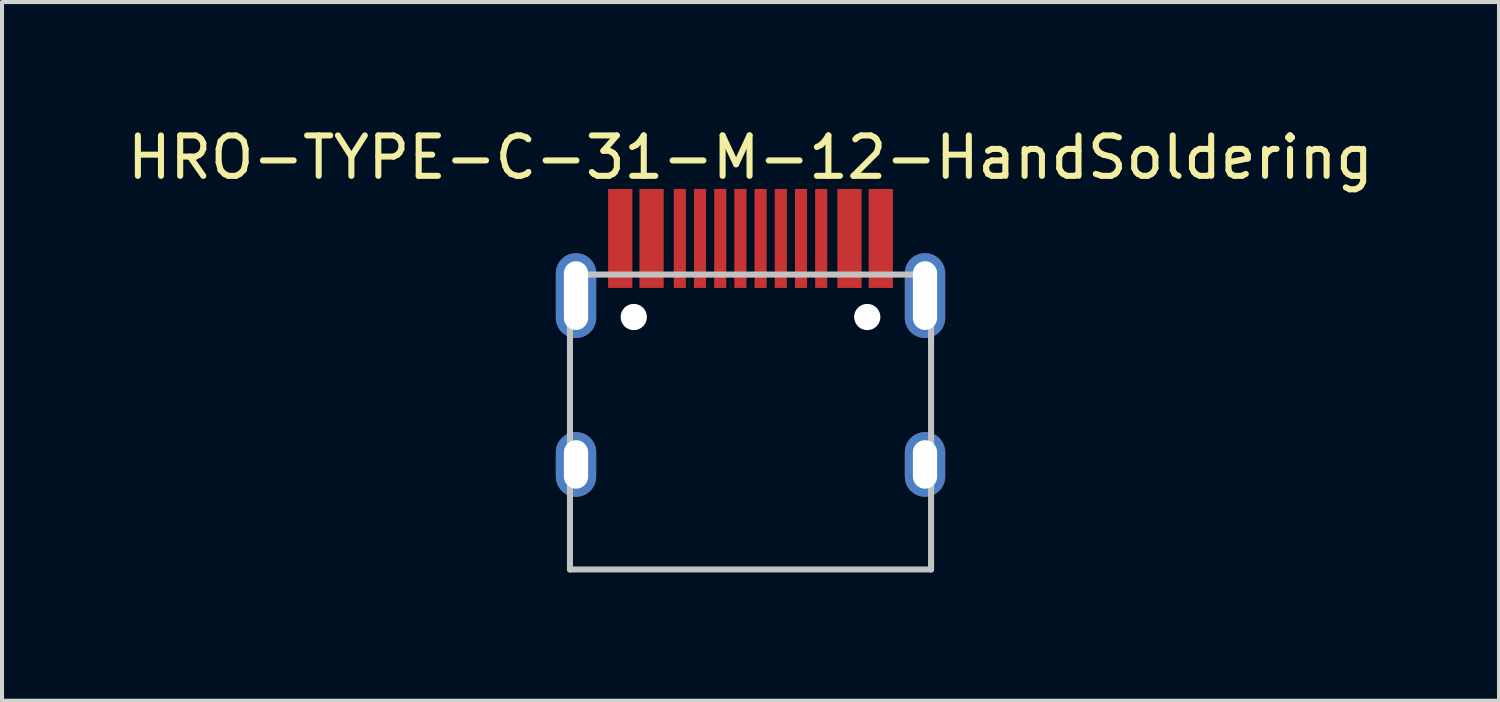
<source format=kicad_pcb>
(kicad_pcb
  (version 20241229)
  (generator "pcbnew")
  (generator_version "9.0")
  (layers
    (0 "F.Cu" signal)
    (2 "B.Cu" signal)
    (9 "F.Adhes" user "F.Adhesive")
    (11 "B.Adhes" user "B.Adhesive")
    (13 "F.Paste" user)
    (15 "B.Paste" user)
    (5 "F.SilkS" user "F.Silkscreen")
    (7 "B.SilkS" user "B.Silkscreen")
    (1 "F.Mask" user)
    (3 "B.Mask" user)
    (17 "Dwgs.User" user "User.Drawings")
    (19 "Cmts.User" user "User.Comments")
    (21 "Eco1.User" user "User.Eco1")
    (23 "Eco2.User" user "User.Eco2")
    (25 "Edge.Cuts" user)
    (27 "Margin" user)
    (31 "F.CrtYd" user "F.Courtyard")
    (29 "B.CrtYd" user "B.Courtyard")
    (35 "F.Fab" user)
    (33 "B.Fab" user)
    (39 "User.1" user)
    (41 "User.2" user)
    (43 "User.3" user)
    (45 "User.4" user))
  (footprint "HRO-TYPE-C-31-M-12-HandSoldering"
    (layer "F.Cu")
    (at 15.53 11.048)
    (property "Reference" "HRO-TYPE-C-31-M-12-HandSoldering" (at 0 -10.2 0) (layer "F.SilkS") (effects (font (size 1 1) (thickness 0.15))))
    (attr smd)
    (fp_line (start -4.47 -7.3) (end 4.47 -7.3) (stroke (width 0.15) (type solid)) (layer "Dwgs.User"))
    (fp_line (start -4.47 0) (end -4.47 -7.3) (stroke (width 0.15) (type solid)) (layer "Dwgs.User"))
    (fp_line (start -4.47 0) (end 4.47 0) (stroke (width 0.15) (type solid)) (layer "Dwgs.User"))
    (fp_line (start 4.47 0) (end 4.47 -7.3) (stroke (width 0.15) (type solid)) (layer "Dwgs.User"))
    (pad "" np_thru_hole circle (at -2.89 -6.25) (size 0.65 0.65) (drill 0.65) (layers "*.Cu" "*.Mask"))
    (pad "" np_thru_hole circle (at 2.89 -6.25) (size 0.65 0.65) (drill 0.65) (layers "*.Cu" "*.Mask"))
    (pad "13" thru_hole oval (at -4.32 -6.78) (size 1 2.1) (drill oval 0.6 1.7) (layers "*.Cu" "B.Mask"))
    (pad "13" thru_hole oval (at -4.32 -2.6) (size 1 1.6) (drill oval 0.6 1.2) (layers "*.Cu" "B.Mask"))
    (pad "13" thru_hole oval (at 4.32 -6.78) (size 1 2.1) (drill oval 0.6 1.7) (layers "*.Cu" "B.Mask"))
    (pad "13" thru_hole oval (at 4.32 -2.6) (size 1 1.6) (drill oval 0.6 1.2) (layers "*.Cu" "B.Mask"))
    (pad "A1" smd rect (at -3.225 -8.195) (size 0.6 2.45) (layers "F.Cu" "F.Mask" "F.Paste"))
    (pad "A4" smd rect (at -2.45 -8.195) (size 0.6 2.45) (layers "F.Cu" "F.Mask" "F.Paste"))
    (pad "A5" smd rect (at -1.25 -8.195) (size 0.3 2.45) (layers "F.Cu" "F.Mask" "F.Paste"))
    (pad "A6" smd rect (at -0.25 -8.195) (size 0.3 2.45) (layers "F.Cu" "F.Mask" "F.Paste"))
    (pad "A7" smd rect (at 0.25 -8.195) (size 0.3 2.45) (layers "F.Cu" "F.Mask" "F.Paste"))
    (pad "A8" smd rect (at 1.25 -8.195) (size 0.3 2.45) (layers "F.Cu" "F.Mask" "F.Paste"))
    (pad "B1" smd rect (at 3.225 -8.195) (size 0.6 2.45) (layers "F.Cu" "F.Mask" "F.Paste"))
    (pad "B4" smd rect (at 2.45 -8.195) (size 0.6 2.45) (layers "F.Cu" "F.Mask" "F.Paste"))
    (pad "B5" smd rect (at 1.75 -8.195) (size 0.3 2.45) (layers "F.Cu" "F.Mask" "F.Paste"))
    (pad "B6" smd rect (at 0.75 -8.195) (size 0.3 2.45) (layers "F.Cu" "F.Mask" "F.Paste"))
    (pad "B7" smd rect (at -0.75 -8.195) (size 0.3 2.45) (layers "F.Cu" "F.Mask" "F.Paste"))
    (pad "B8" smd rect (at -1.75 -8.195) (size 0.3 2.45) (layers "F.Cu" "F.Mask" "F.Paste")))
  (gr_rect
    (start -3 -3)
    (end 34.06 14.298)
    (stroke (width 0.1) (type default))
    (fill no)
    (layer "Edge.Cuts")))
</source>
